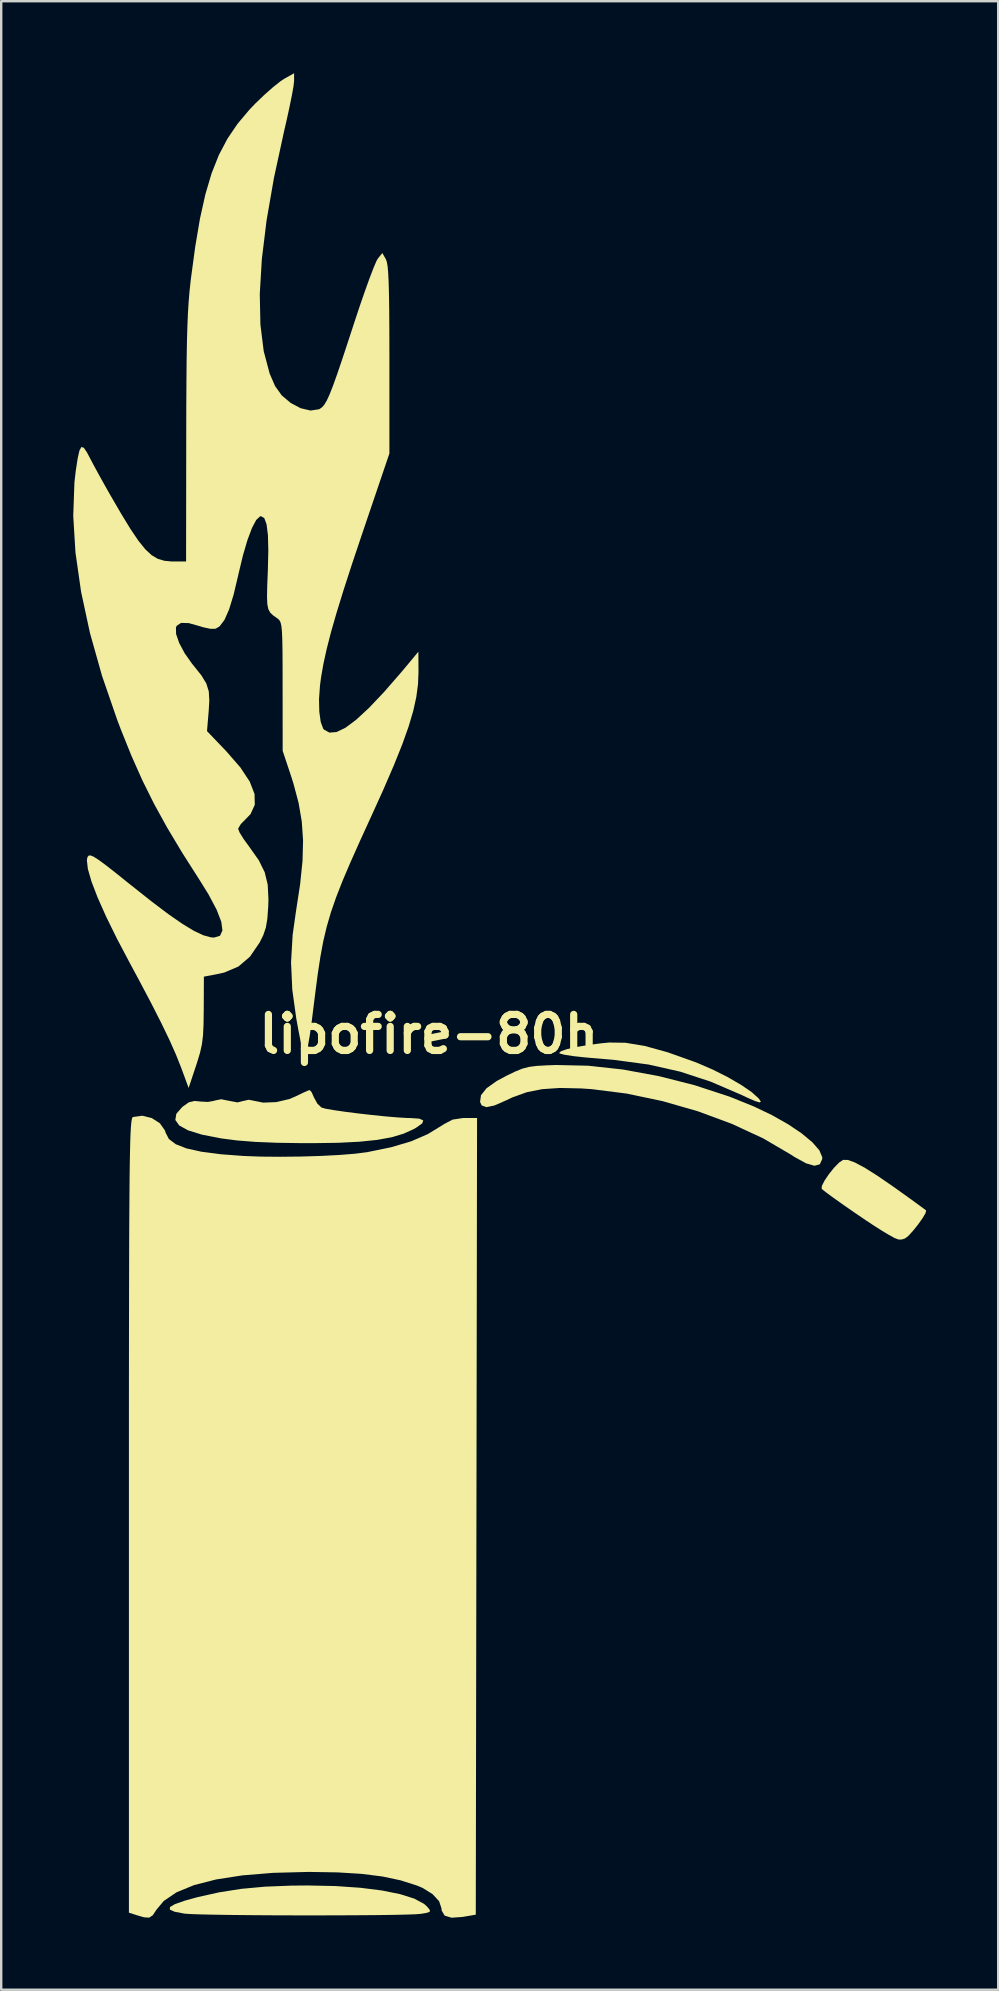
<source format=kicad_pcb>
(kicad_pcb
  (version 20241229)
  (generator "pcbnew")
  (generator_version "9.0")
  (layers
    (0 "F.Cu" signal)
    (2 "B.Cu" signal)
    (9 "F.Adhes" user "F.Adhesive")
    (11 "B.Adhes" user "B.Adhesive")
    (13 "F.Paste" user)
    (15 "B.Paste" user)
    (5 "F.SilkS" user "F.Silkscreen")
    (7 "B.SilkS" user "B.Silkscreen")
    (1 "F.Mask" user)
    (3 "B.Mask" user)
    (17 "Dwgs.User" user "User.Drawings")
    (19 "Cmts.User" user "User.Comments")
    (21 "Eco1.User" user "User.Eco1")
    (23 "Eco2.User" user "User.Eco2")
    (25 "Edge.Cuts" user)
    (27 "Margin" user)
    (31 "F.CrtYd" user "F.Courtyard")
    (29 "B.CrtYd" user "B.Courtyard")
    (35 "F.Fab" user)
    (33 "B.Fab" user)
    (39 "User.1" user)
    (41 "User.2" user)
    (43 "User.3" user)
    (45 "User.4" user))
  (footprint "lipofire-80h"
    (layer "F.Cu")
    (at 14.807 40.019)
    (property "Reference" "lipofire-80h" (at 0 0 0) (layer "F.SilkS") (effects (font (size 1.5 1.5) (thickness 0.3))))
    (attr board_only exclude_from_pos_files exclude_from_bom)
    (fp_poly (pts (xy 8.193 0.359) (xy 9.001 0.494) (xy 9.951 0.756) (xy 11.053 1.148) (xy 11.198 1.204) (xy 11.837 1.481) (xy 12.455 1.792) (xy 13.008 2.113) (xy 13.452 2.417) (xy 13.742 2.679) (xy 13.749 2.688) (xy 13.829 2.81) (xy 13.781 2.844) (xy 13.588 2.786) (xy 13.235 2.631) (xy 13.018 2.528) (xy 11.739 1.978) (xy 10.47 1.562) (xy 9.15 1.265) (xy 7.718 1.072) (xy 7.153 1.023) (xy 6.522 0.97) (xy 6.01 0.914) (xy 5.644 0.857) (xy 5.452 0.805) (xy 5.43 0.786) (xy 5.507 0.71) (xy 5.758 0.624) (xy 6.146 0.535) (xy 6.635 0.452) (xy 7.188 0.381) (xy 7.515 0.349)) (stroke (width 0) (type solid)) (fill yes) (layer "F.SilkS"))
    (fp_poly (pts (xy 17.45 5.238) (xy 17.741 5.342) (xy 18.145 5.557) (xy 18.675 5.891) (xy 19.347 6.352) (xy 19.563 6.506) (xy 19.982 6.806) (xy 20.335 7.062) (xy 20.589 7.248) (xy 20.71 7.34) (xy 20.714 7.344) (xy 20.689 7.453) (xy 20.563 7.667) (xy 20.374 7.933) (xy 20.162 8.197) (xy 19.968 8.407) (xy 19.834 8.509) (xy 19.693 8.554) (xy 19.564 8.553) (xy 19.394 8.488) (xy 19.13 8.341) (xy 18.885 8.194) (xy 18.587 8.006) (xy 18.191 7.744) (xy 17.745 7.441) (xy 17.292 7.127) (xy 16.88 6.835) (xy 16.554 6.596) (xy 16.364 6.446) (xy 16.369 6.324) (xy 16.482 6.101) (xy 16.666 5.829) (xy 16.882 5.56) (xy 17.092 5.345) (xy 17.255 5.237)) (stroke (width 0) (type solid)) (fill yes) (layer "F.SilkS"))
    (fp_poly (pts (xy -3.887 35.479) (xy -2.855 35.55) (xy -1.952 35.663) (xy -1.194 35.816) (xy -0.6 36.004) (xy -0.19 36.226) (xy -0.067 36.339) (xy 0.046 36.48) (xy 0.036 36.557) (xy -0.129 36.604) (xy -0.332 36.637) (xy -0.55 36.654) (xy -0.952 36.668) (xy -1.51 36.68) (xy -2.196 36.689) (xy -2.982 36.695) (xy -3.839 36.699) (xy -4.74 36.701) (xy -5.657 36.7) (xy -6.562 36.697) (xy -7.427 36.691) (xy -8.224 36.683) (xy -8.925 36.672) (xy -9.502 36.66) (xy -9.927 36.645) (xy -10.173 36.628) (xy -10.182 36.626) (xy -10.582 36.55) (xy -10.782 36.461) (xy -10.779 36.355) (xy -10.571 36.231) (xy -10.157 36.086) (xy -9.625 35.94) (xy -8.718 35.738) (xy -7.803 35.595) (xy -6.825 35.505) (xy -5.726 35.461) (xy -5.027 35.455)) (stroke (width 0) (type solid)) (fill yes) (layer "F.SilkS"))
    (fp_poly (pts (xy 6.641 1.315) (xy 8.079 1.472) (xy 9.573 1.746) (xy 11.07 2.126) (xy 12.518 2.6) (xy 13.53 3.007) (xy 14.288 3.37) (xy 14.963 3.751) (xy 15.532 4.134) (xy 15.973 4.501) (xy 16.266 4.837) (xy 16.387 5.124) (xy 16.386 5.202) (xy 16.284 5.422) (xy 16.061 5.481) (xy 15.711 5.379) (xy 15.231 5.115) (xy 15.081 5.017) (xy 13.933 4.344) (xy 12.627 3.738) (xy 11.212 3.214) (xy 9.734 2.789) (xy 8.241 2.475) (xy 6.78 2.29) (xy 6.35 2.261) (xy 5.462 2.241) (xy 4.723 2.291) (xy 4.082 2.419) (xy 3.485 2.633) (xy 3.213 2.761) (xy 2.734 2.971) (xy 2.402 3.04) (xy 2.203 2.968) (xy 2.136 2.825) (xy 2.174 2.544) (xy 2.403 2.256) (xy 2.829 1.951) (xy 3.247 1.727) (xy 3.609 1.553) (xy 3.899 1.436) (xy 4.18 1.363) (xy 4.511 1.321) (xy 4.955 1.297) (xy 5.31 1.285)) (stroke (width 0) (type solid)) (fill yes) (layer "F.SilkS"))
    (fp_poly (pts (xy -4.879 2.417) (xy -4.784 2.63) (xy -4.781 2.638) (xy -4.638 2.897) (xy -4.467 3.057) (xy -4.296 3.105) (xy -3.958 3.164) (xy -3.498 3.231) (xy -2.96 3.3) (xy -2.389 3.365) (xy -1.828 3.423) (xy -1.323 3.466) (xy -0.917 3.491) (xy -0.77 3.494) (xy -0.398 3.519) (xy -0.232 3.591) (xy -0.271 3.714) (xy -0.515 3.89) (xy -0.636 3.959) (xy -1.053 4.147) (xy -1.552 4.295) (xy -2.156 4.405) (xy -2.89 4.48) (xy -3.777 4.525) (xy -4.842 4.54) (xy -5.239 4.54) (xy -6.314 4.524) (xy -7.215 4.488) (xy -7.979 4.428) (xy -8.643 4.342) (xy -8.646 4.341) (xy -9.437 4.188) (xy -10.018 4.009) (xy -10.39 3.805) (xy -10.555 3.575) (xy -10.514 3.318) (xy -10.267 3.034) (xy -10.255 3.024) (xy -9.991 2.838) (xy -9.748 2.782) (xy -9.517 2.806) (xy -9.2 2.823) (xy -8.942 2.777) (xy -8.914 2.765) (xy -8.644 2.711) (xy -8.316 2.777) (xy -7.965 2.843) (xy -7.744 2.788) (xy -7.5 2.732) (xy -7.355 2.76) (xy -6.897 2.852) (xy -6.352 2.83) (xy -5.81 2.704) (xy -5.548 2.593) (xy -5.248 2.447) (xy -5.029 2.351) (xy -4.958 2.329)) (stroke (width 0) (type solid)) (fill yes) (layer "F.SilkS"))
    (fp_poly (pts (xy -11.538 3.494) (xy -11.201 3.709) (xy -10.987 4.012) (xy -10.959 4.105) (xy -10.824 4.367) (xy -10.537 4.584) (xy -10.087 4.76) (xy -9.461 4.898) (xy -8.647 5.003) (xy -7.717 5.073) (xy -7.002 5.1) (xy -6.196 5.107) (xy -5.351 5.098) (xy -4.516 5.073) (xy -3.741 5.033) (xy -3.076 4.98) (xy -2.572 4.916) (xy -2.561 4.914) (xy -1.567 4.71) (xy -0.74 4.465) (xy -0.039 4.162) (xy 0.577 3.786) (xy 0.624 3.753) (xy 0.991 3.559) (xy 1.424 3.493) (xy 1.498 3.493) (xy 2.011 3.493) (xy 1.985 20.082) (xy 1.958 36.671) (xy 1.404 36.765) (xy 0.949 36.798) (xy 0.663 36.712) (xy 0.537 36.502) (xy 0.529 36.408) (xy 0.43 36.11) (xy 0.156 35.815) (xy -0.258 35.557) (xy -0.486 35.46) (xy -1.17 35.242) (xy -1.927 35.081) (xy -2.791 34.972) (xy -3.794 34.91) (xy -4.97 34.891) (xy -5.027 34.891) (xy -6.48 34.929) (xy -7.759 35.034) (xy -8.86 35.205) (xy -9.776 35.44) (xy -10.504 35.739) (xy -11.037 36.1) (xy -11.339 36.461) (xy -11.494 36.695) (xy -11.644 36.795) (xy -11.859 36.781) (xy -12.144 36.698) (xy -12.488 36.588) (xy -12.488 20.051) (xy -12.488 17.851) (xy -12.488 15.853) (xy -12.487 14.048) (xy -12.485 12.425) (xy -12.483 10.975) (xy -12.48 9.689) (xy -12.477 8.556) (xy -12.472 7.568) (xy -12.466 6.714) (xy -12.46 5.986) (xy -12.452 5.372) (xy -12.442 4.864) (xy -12.432 4.452) (xy -12.42 4.127) (xy -12.406 3.878) (xy -12.39 3.697) (xy -12.373 3.573) (xy -12.354 3.497) (xy -12.332 3.459) (xy -12.321 3.451) (xy -11.933 3.397)) (stroke (width 0) (type solid)) (fill yes) (layer "F.SilkS"))
    (fp_poly (pts (xy -5.609 -39.691) (xy -5.633 -39.481) (xy -5.699 -39.108) (xy -5.8 -38.612) (xy -5.926 -38.036) (xy -6.028 -37.594) (xy -6.447 -35.665) (xy -6.755 -33.892) (xy -6.952 -32.28) (xy -7.038 -30.832) (xy -7.012 -29.552) (xy -6.874 -28.442) (xy -6.625 -27.506) (xy -6.4 -26.988) (xy -6.122 -26.601) (xy -5.749 -26.286) (xy -5.333 -26.067) (xy -4.924 -25.971) (xy -4.574 -26.024) (xy -4.54 -26.041) (xy -4.444 -26.108) (xy -4.35 -26.216) (xy -4.248 -26.387) (xy -4.131 -26.641) (xy -3.99 -26.999) (xy -3.817 -27.482) (xy -3.603 -28.111) (xy -3.34 -28.908) (xy -3.13 -29.551) (xy -2.897 -30.255) (xy -2.674 -30.902) (xy -2.473 -31.461) (xy -2.305 -31.902) (xy -2.181 -32.194) (xy -2.124 -32.296) (xy -1.934 -32.531) (xy -1.787 -32.273) (xy -1.748 -32.165) (xy -1.715 -31.982) (xy -1.69 -31.704) (xy -1.671 -31.313) (xy -1.657 -30.789) (xy -1.647 -30.113) (xy -1.642 -29.266) (xy -1.64 -28.228) (xy -1.64 -28.099) (xy -1.64 -24.183) (xy -2.771 -20.849) (xy -3.196 -19.582) (xy -3.55 -18.489) (xy -3.84 -17.549) (xy -4.073 -16.739) (xy -4.253 -16.035) (xy -4.389 -15.416) (xy -4.486 -14.859) (xy -4.531 -14.517) (xy -4.571 -13.946) (xy -4.559 -13.425) (xy -4.5 -13.002) (xy -4.398 -12.725) (xy -4.363 -12.682) (xy -4.136 -12.558) (xy -3.841 -12.582) (xy -3.473 -12.758) (xy -3.024 -13.093) (xy -2.487 -13.59) (xy -1.856 -14.256) (xy -1.125 -15.096) (xy -0.825 -15.455) (xy -0.433 -15.928) (xy -0.428 -15.079) (xy -0.448 -14.573) (xy -0.519 -14.041) (xy -0.647 -13.46) (xy -0.841 -12.807) (xy -1.108 -12.058) (xy -1.456 -11.192) (xy -1.891 -10.185) (xy -2.382 -9.102) (xy -2.865 -8.046) (xy -3.266 -7.147) (xy -3.595 -6.374) (xy -3.861 -5.694) (xy -4.076 -5.073) (xy -4.249 -4.48) (xy -4.391 -3.882) (xy -4.51 -3.245) (xy -4.619 -2.538) (xy -4.725 -1.728) (xy -4.769 -1.379) (xy -4.873 -0.547) (xy -4.96 0.08) (xy -5.036 0.507) (xy -5.106 0.74) (xy -5.175 0.783) (xy -5.249 0.643) (xy -5.332 0.323) (xy -5.43 -0.169) (xy -5.515 -0.635) (xy -5.685 -1.856) (xy -5.736 -2.993) (xy -5.669 -4.139) (xy -5.528 -5.133) (xy -5.357 -6.249) (xy -5.258 -7.211) (xy -5.235 -8.065) (xy -5.289 -8.855) (xy -5.421 -9.627) (xy -5.633 -10.427) (xy -5.746 -10.782) (xy -6.085 -11.8) (xy -6.087 -14.482) (xy -6.088 -15.306) (xy -6.092 -15.943) (xy -6.1 -16.42) (xy -6.115 -16.763) (xy -6.138 -16.996) (xy -6.172 -17.145) (xy -6.218 -17.236) (xy -6.278 -17.295) (xy -6.298 -17.31) (xy -6.476 -17.435) (xy -6.601 -17.552) (xy -6.681 -17.697) (xy -6.724 -17.906) (xy -6.737 -18.216) (xy -6.728 -18.662) (xy -6.703 -19.283) (xy -6.702 -19.309) (xy -6.682 -20.149) (xy -6.699 -20.788) (xy -6.755 -21.232) (xy -6.85 -21.491) (xy -6.986 -21.57) (xy -7.026 -21.563) (xy -7.185 -21.417) (xy -7.362 -21.083) (xy -7.55 -20.582) (xy -7.74 -19.935) (xy -7.925 -19.163) (xy -7.935 -19.117) (xy -8.128 -18.302) (xy -8.317 -17.685) (xy -8.509 -17.251) (xy -8.71 -16.985) (xy -8.878 -16.884) (xy -9.089 -16.881) (xy -9.396 -16.945) (xy -9.521 -16.985) (xy -9.997 -17.119) (xy -10.317 -17.127) (xy -10.497 -17.007) (xy -10.53 -16.936) (xy -10.524 -16.667) (xy -10.396 -16.294) (xy -10.167 -15.865) (xy -9.861 -15.43) (xy -9.799 -15.355) (xy -9.468 -14.939) (xy -9.264 -14.603) (xy -9.162 -14.275) (xy -9.14 -13.884) (xy -9.166 -13.455) (xy -9.236 -12.621) (xy -8.429 -11.777) (xy -7.846 -11.107) (xy -7.456 -10.517) (xy -7.256 -10) (xy -7.246 -9.551) (xy -7.423 -9.164) (xy -7.624 -8.956) (xy -7.827 -8.75) (xy -7.933 -8.573) (xy -7.938 -8.545) (xy -7.876 -8.393) (xy -7.714 -8.132) (xy -7.486 -7.817) (xy -7.469 -7.794) (xy -7.079 -7.242) (xy -6.833 -6.743) (xy -6.707 -6.224) (xy -6.677 -5.608) (xy -6.686 -5.321) (xy -6.722 -4.814) (xy -6.785 -4.44) (xy -6.893 -4.12) (xy -7.043 -3.818) (xy -7.448 -3.225) (xy -7.928 -2.816) (xy -8.516 -2.566) (xy -8.743 -2.514) (xy -9.366 -2.395) (xy -9.372 -1.012) (xy -9.38 -0.409) (xy -9.402 0.047) (xy -9.447 0.418) (xy -9.525 0.769) (xy -9.643 1.162) (xy -9.69 1.305) (xy -10.001 2.24) (xy -10.307 1.411) (xy -10.521 0.871) (xy -10.794 0.254) (xy -11.139 -0.461) (xy -11.565 -1.299) (xy -12.084 -2.281) (xy -12.454 -2.968) (xy -12.991 -3.986) (xy -13.439 -4.899) (xy -13.793 -5.694) (xy -14.048 -6.359) (xy -14.198 -6.881) (xy -14.239 -7.245) (xy -14.216 -7.367) (xy -14.172 -7.432) (xy -14.093 -7.445) (xy -13.958 -7.391) (xy -13.746 -7.256) (xy -13.436 -7.027) (xy -13.007 -6.691) (xy -12.438 -6.234) (xy -12.398 -6.203) (xy -11.553 -5.533) (xy -10.846 -4.999) (xy -10.259 -4.592) (xy -9.779 -4.301) (xy -9.389 -4.118) (xy -9.074 -4.032) (xy -8.944 -4.022) (xy -8.695 -4.096) (xy -8.594 -4.317) (xy -8.641 -4.68) (xy -8.835 -5.182) (xy -9.173 -5.82) (xy -9.539 -6.41) (xy -10.277 -7.568) (xy -10.903 -8.614) (xy -11.445 -9.599) (xy -11.928 -10.572) (xy -12.379 -11.583) (xy -12.822 -12.684) (xy -12.974 -13.084) (xy -13.608 -14.922) (xy -14.111 -16.709) (xy -14.481 -18.428) (xy -14.714 -20.059) (xy -14.807 -21.582) (xy -14.757 -22.98) (xy -14.702 -23.46) (xy -14.621 -23.985) (xy -14.547 -24.311) (xy -14.467 -24.453) (xy -14.368 -24.422) (xy -14.238 -24.232) (xy -14.141 -24.049) (xy -13.971 -23.725) (xy -13.731 -23.284) (xy -13.458 -22.794) (xy -13.273 -22.468) (xy -12.806 -21.665) (xy -12.418 -21.03) (xy -12.09 -20.545) (xy -11.804 -20.191) (xy -11.541 -19.947) (xy -11.282 -19.794) (xy -11.01 -19.714) (xy -10.706 -19.686) (xy -10.624 -19.685) (xy -10.107 -19.685) (xy -10.101 -24.792) (xy -10.099 -26.052) (xy -10.093 -27.125) (xy -10.085 -28.033) (xy -10.072 -28.799) (xy -10.054 -29.448) (xy -10.031 -30.003) (xy -10.001 -30.487) (xy -9.965 -30.923) (xy -9.921 -31.336) (xy -9.91 -31.433) (xy -9.727 -32.791) (xy -9.529 -33.963) (xy -9.304 -34.975) (xy -9.045 -35.85) (xy -8.741 -36.615) (xy -8.384 -37.294) (xy -7.964 -37.913) (xy -7.472 -38.498) (xy -7.233 -38.748) (xy -6.855 -39.112) (xy -6.482 -39.442) (xy -6.167 -39.691) (xy -6.022 -39.786) (xy -5.609 -40.019)) (stroke (width 0) (type solid)) (fill yes) (layer "F.SilkS")))
  (gr_rect
    (start -3 -3)
    (end 38.521 79.817)
    (stroke (width 0.1) (type default))
    (fill no)
    (layer "Edge.Cuts")))
</source>
